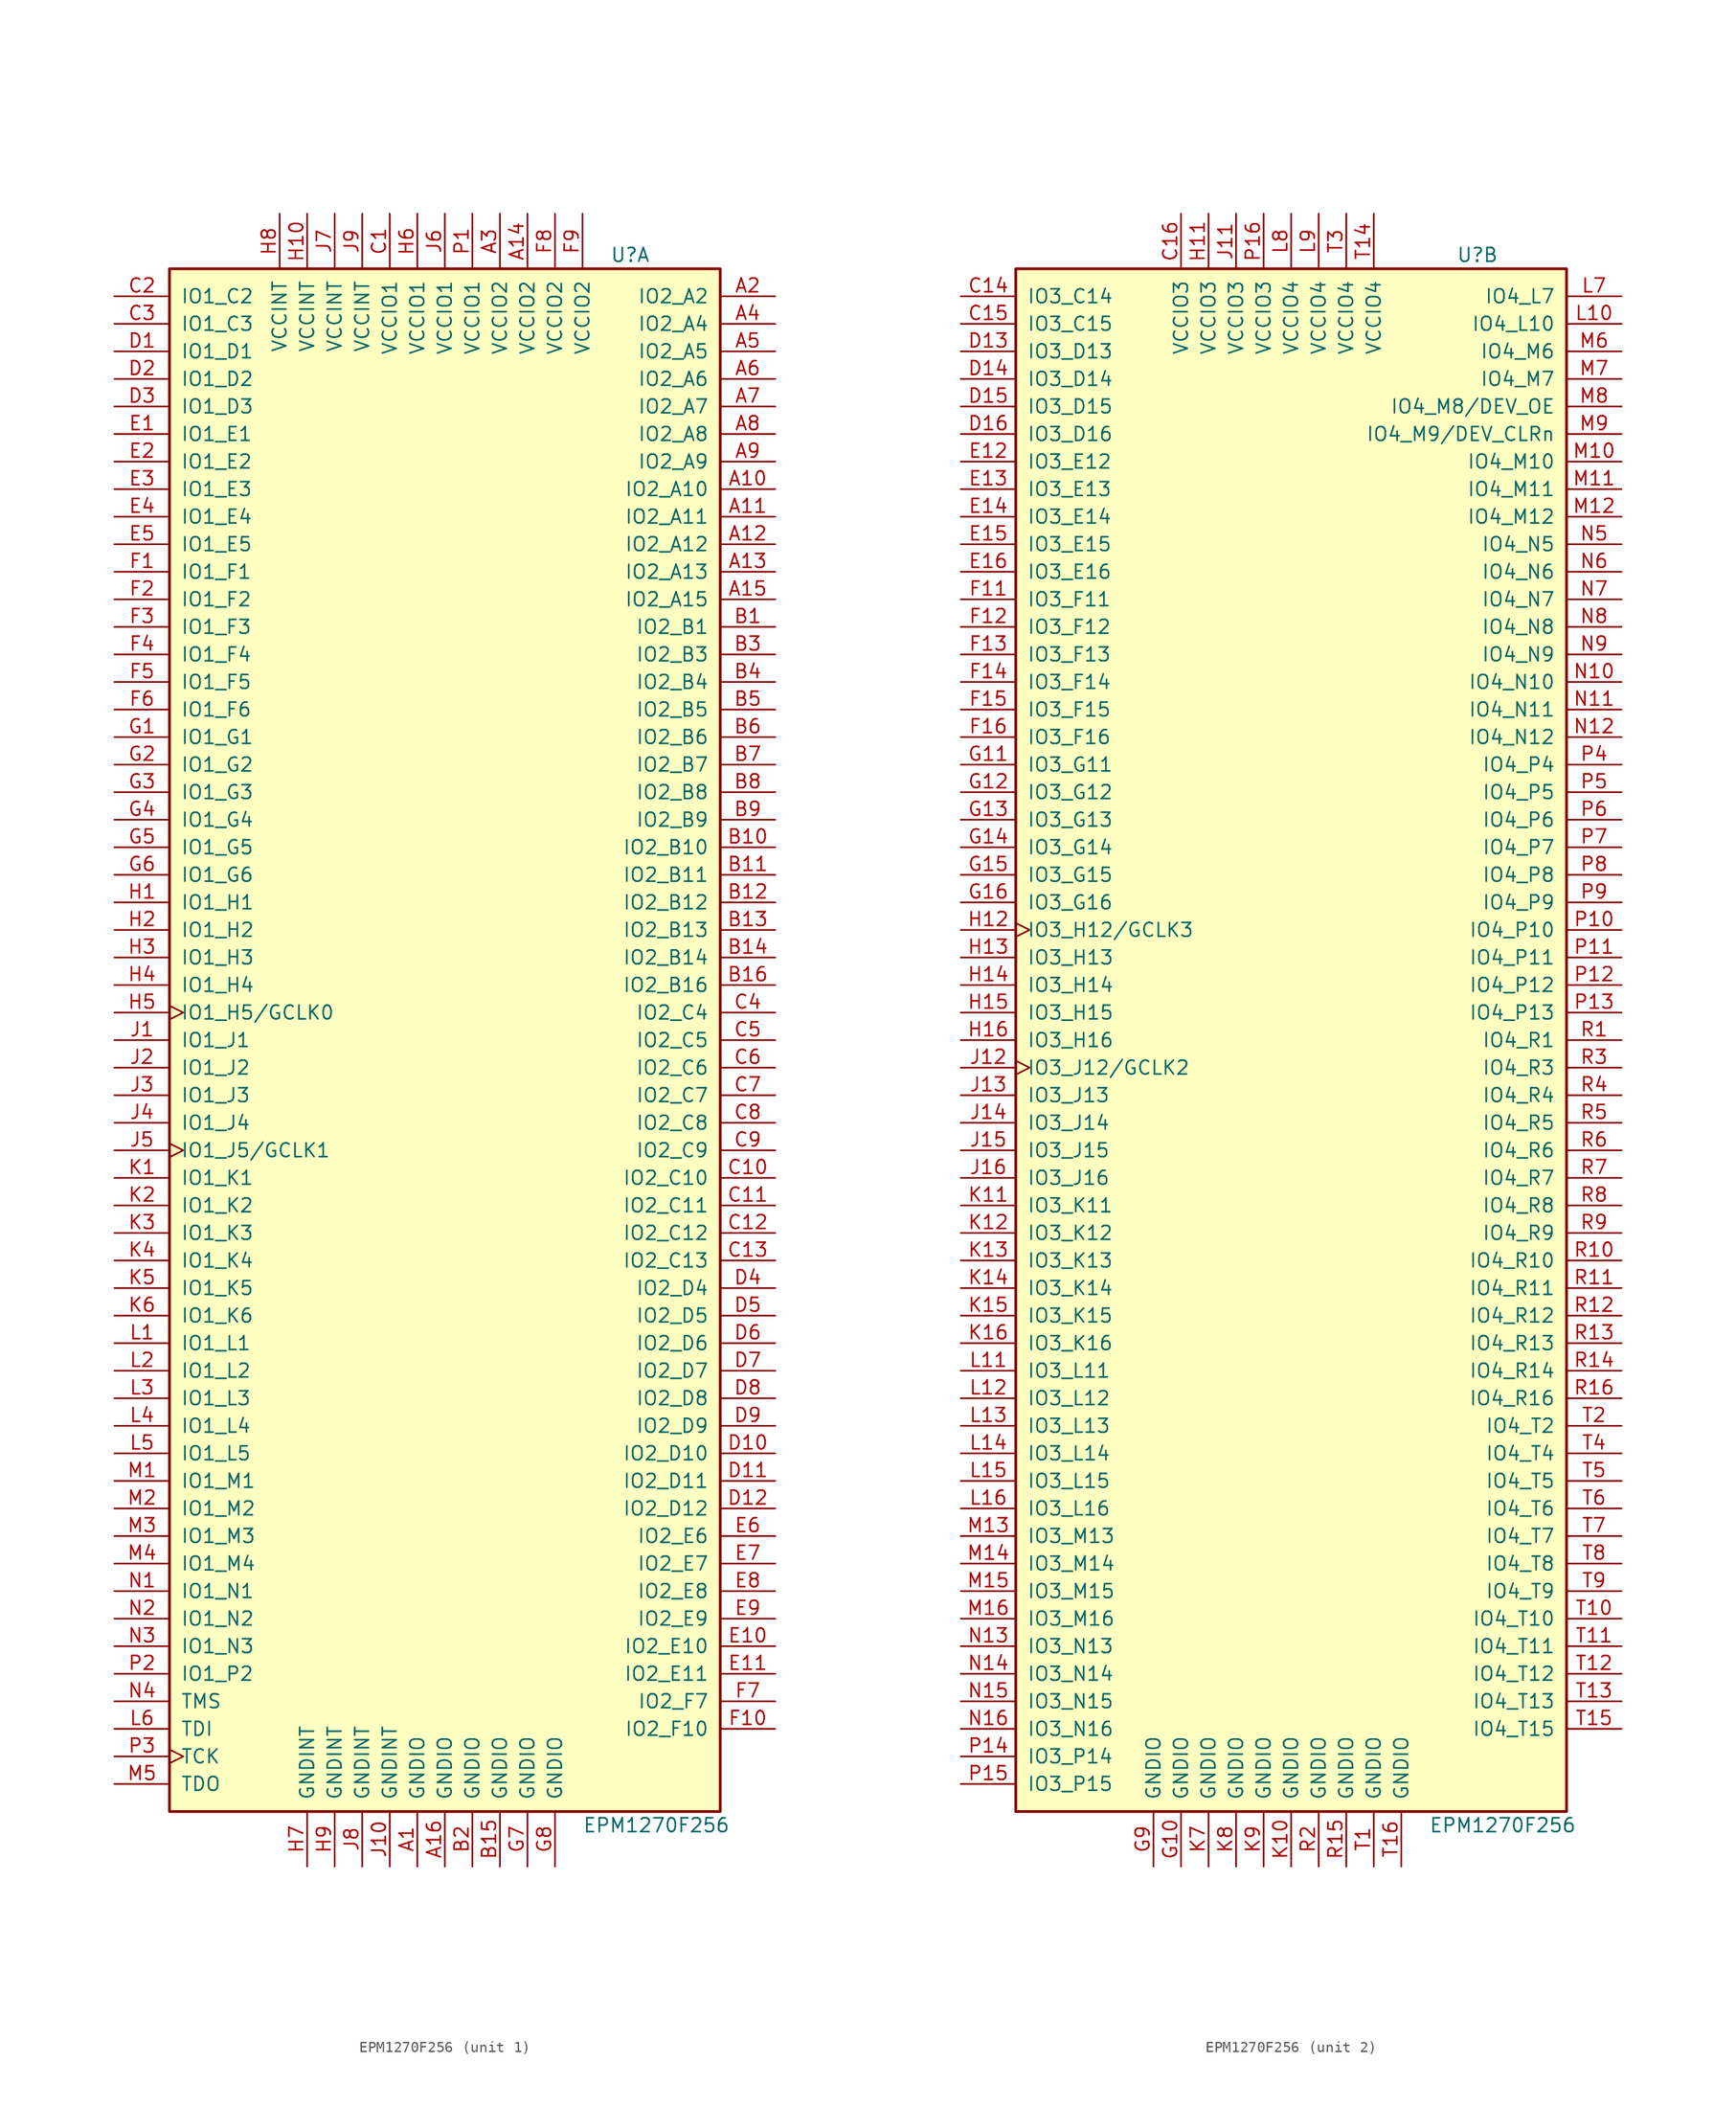
<source format=kicad_sym>
(kicad_symbol_lib
  (version 20211014)
  (generator kicad_symbol_editor)
  (symbol "EPM1270F256"
    (pin_names
      (offset 1.016))
    (property "Reference" "U"
      (at 15.24 72.39 0)
      (effects (font (size 1.27 1.27)) (justify left)))
    (property "Value" "EPM1270F256"
      (at 12.7 -72.39 0)
      (effects (font (size 1.27 1.27)) (justify left)))
    (property "ki_locked" ""
      (at 0 0 0)
      (effects (font (size 1.27 1.27))))
    (symbol "EPM1270F256_1_1"
      (rectangle (start -25.4 71.12) (end 25.4 -71.12) (stroke (width 0.254) (type default) (color 0 0 0 0)) (fill (type background)))
      (pin power_in line (at -2.54 -76.2 90) (length 5.08) (name "GNDIO" (effects (font (size 1.27 1.27)))) (number "A1" (effects (font (size 1.27 1.27)))))
      (pin bidirectional line (at 30.48 50.8 180) (length 5.08) (name "IO2_A10" (effects (font (size 1.27 1.27)))) (number "A10" (effects (font (size 1.27 1.27)))))
      (pin bidirectional line (at 30.48 48.26 180) (length 5.08) (name "IO2_A11" (effects (font (size 1.27 1.27)))) (number "A11" (effects (font (size 1.27 1.27)))))
      (pin bidirectional line (at 30.48 45.72 180) (length 5.08) (name "IO2_A12" (effects (font (size 1.27 1.27)))) (number "A12" (effects (font (size 1.27 1.27)))))
      (pin bidirectional line (at 30.48 43.18 180) (length 5.08) (name "IO2_A13" (effects (font (size 1.27 1.27)))) (number "A13" (effects (font (size 1.27 1.27)))))
      (pin power_in line (at 7.62 76.2 270) (length 5.08) (name "VCCIO2" (effects (font (size 1.27 1.27)))) (number "A14" (effects (font (size 1.27 1.27)))))
      (pin bidirectional line (at 30.48 40.64 180) (length 5.08) (name "IO2_A15" (effects (font (size 1.27 1.27)))) (number "A15" (effects (font (size 1.27 1.27)))))
      (pin power_in line (at 0 -76.2 90) (length 5.08) (name "GNDIO" (effects (font (size 1.27 1.27)))) (number "A16" (effects (font (size 1.27 1.27)))))
      (pin bidirectional line (at 30.48 68.58 180) (length 5.08) (name "IO2_A2" (effects (font (size 1.27 1.27)))) (number "A2" (effects (font (size 1.27 1.27)))))
      (pin power_in line (at 5.08 76.2 270) (length 5.08) (name "VCCIO2" (effects (font (size 1.27 1.27)))) (number "A3" (effects (font (size 1.27 1.27)))))
      (pin bidirectional line (at 30.48 66.04 180) (length 5.08) (name "IO2_A4" (effects (font (size 1.27 1.27)))) (number "A4" (effects (font (size 1.27 1.27)))))
      (pin bidirectional line (at 30.48 63.5 180) (length 5.08) (name "IO2_A5" (effects (font (size 1.27 1.27)))) (number "A5" (effects (font (size 1.27 1.27)))))
      (pin bidirectional line (at 30.48 60.96 180) (length 5.08) (name "IO2_A6" (effects (font (size 1.27 1.27)))) (number "A6" (effects (font (size 1.27 1.27)))))
      (pin bidirectional line (at 30.48 58.42 180) (length 5.08) (name "IO2_A7" (effects (font (size 1.27 1.27)))) (number "A7" (effects (font (size 1.27 1.27)))))
      (pin bidirectional line (at 30.48 55.88 180) (length 5.08) (name "IO2_A8" (effects (font (size 1.27 1.27)))) (number "A8" (effects (font (size 1.27 1.27)))))
      (pin bidirectional line (at 30.48 53.34 180) (length 5.08) (name "IO2_A9" (effects (font (size 1.27 1.27)))) (number "A9" (effects (font (size 1.27 1.27)))))
      (pin bidirectional line (at 30.48 38.1 180) (length 5.08) (name "IO2_B1" (effects (font (size 1.27 1.27)))) (number "B1" (effects (font (size 1.27 1.27)))))
      (pin bidirectional line (at 30.48 17.78 180) (length 5.08) (name "IO2_B10" (effects (font (size 1.27 1.27)))) (number "B10" (effects (font (size 1.27 1.27)))))
      (pin bidirectional line (at 30.48 15.24 180) (length 5.08) (name "IO2_B11" (effects (font (size 1.27 1.27)))) (number "B11" (effects (font (size 1.27 1.27)))))
      (pin bidirectional line (at 30.48 12.7 180) (length 5.08) (name "IO2_B12" (effects (font (size 1.27 1.27)))) (number "B12" (effects (font (size 1.27 1.27)))))
      (pin bidirectional line (at 30.48 10.16 180) (length 5.08) (name "IO2_B13" (effects (font (size 1.27 1.27)))) (number "B13" (effects (font (size 1.27 1.27)))))
      (pin bidirectional line (at 30.48 7.62 180) (length 5.08) (name "IO2_B14" (effects (font (size 1.27 1.27)))) (number "B14" (effects (font (size 1.27 1.27)))))
      (pin power_in line (at 5.08 -76.2 90) (length 5.08) (name "GNDIO" (effects (font (size 1.27 1.27)))) (number "B15" (effects (font (size 1.27 1.27)))))
      (pin bidirectional line (at 30.48 5.08 180) (length 5.08) (name "IO2_B16" (effects (font (size 1.27 1.27)))) (number "B16" (effects (font (size 1.27 1.27)))))
      (pin power_in line (at 2.54 -76.2 90) (length 5.08) (name "GNDIO" (effects (font (size 1.27 1.27)))) (number "B2" (effects (font (size 1.27 1.27)))))
      (pin bidirectional line (at 30.48 35.56 180) (length 5.08) (name "IO2_B3" (effects (font (size 1.27 1.27)))) (number "B3" (effects (font (size 1.27 1.27)))))
      (pin bidirectional line (at 30.48 33.02 180) (length 5.08) (name "IO2_B4" (effects (font (size 1.27 1.27)))) (number "B4" (effects (font (size 1.27 1.27)))))
      (pin bidirectional line (at 30.48 30.48 180) (length 5.08) (name "IO2_B5" (effects (font (size 1.27 1.27)))) (number "B5" (effects (font (size 1.27 1.27)))))
      (pin bidirectional line (at 30.48 27.94 180) (length 5.08) (name "IO2_B6" (effects (font (size 1.27 1.27)))) (number "B6" (effects (font (size 1.27 1.27)))))
      (pin bidirectional line (at 30.48 25.4 180) (length 5.08) (name "IO2_B7" (effects (font (size 1.27 1.27)))) (number "B7" (effects (font (size 1.27 1.27)))))
      (pin bidirectional line (at 30.48 22.86 180) (length 5.08) (name "IO2_B8" (effects (font (size 1.27 1.27)))) (number "B8" (effects (font (size 1.27 1.27)))))
      (pin bidirectional line (at 30.48 20.32 180) (length 5.08) (name "IO2_B9" (effects (font (size 1.27 1.27)))) (number "B9" (effects (font (size 1.27 1.27)))))
      (pin power_in line (at -5.08 76.2 270) (length 5.08) (name "VCCIO1" (effects (font (size 1.27 1.27)))) (number "C1" (effects (font (size 1.27 1.27)))))
      (pin bidirectional line (at 30.48 -12.7 180) (length 5.08) (name "IO2_C10" (effects (font (size 1.27 1.27)))) (number "C10" (effects (font (size 1.27 1.27)))))
      (pin bidirectional line (at 30.48 -15.24 180) (length 5.08) (name "IO2_C11" (effects (font (size 1.27 1.27)))) (number "C11" (effects (font (size 1.27 1.27)))))
      (pin bidirectional line (at 30.48 -17.78 180) (length 5.08) (name "IO2_C12" (effects (font (size 1.27 1.27)))) (number "C12" (effects (font (size 1.27 1.27)))))
      (pin bidirectional line (at 30.48 -20.32 180) (length 5.08) (name "IO2_C13" (effects (font (size 1.27 1.27)))) (number "C13" (effects (font (size 1.27 1.27)))))
      (pin bidirectional line (at -30.48 68.58 0) (length 5.08) (name "IO1_C2" (effects (font (size 1.27 1.27)))) (number "C2" (effects (font (size 1.27 1.27)))))
      (pin bidirectional line (at -30.48 66.04 0) (length 5.08) (name "IO1_C3" (effects (font (size 1.27 1.27)))) (number "C3" (effects (font (size 1.27 1.27)))))
      (pin bidirectional line (at 30.48 2.54 180) (length 5.08) (name "IO2_C4" (effects (font (size 1.27 1.27)))) (number "C4" (effects (font (size 1.27 1.27)))))
      (pin bidirectional line (at 30.48 0 180) (length 5.08) (name "IO2_C5" (effects (font (size 1.27 1.27)))) (number "C5" (effects (font (size 1.27 1.27)))))
      (pin bidirectional line (at 30.48 -2.54 180) (length 5.08) (name "IO2_C6" (effects (font (size 1.27 1.27)))) (number "C6" (effects (font (size 1.27 1.27)))))
      (pin bidirectional line (at 30.48 -5.08 180) (length 5.08) (name "IO2_C7" (effects (font (size 1.27 1.27)))) (number "C7" (effects (font (size 1.27 1.27)))))
      (pin bidirectional line (at 30.48 -7.62 180) (length 5.08) (name "IO2_C8" (effects (font (size 1.27 1.27)))) (number "C8" (effects (font (size 1.27 1.27)))))
      (pin bidirectional line (at 30.48 -10.16 180) (length 5.08) (name "IO2_C9" (effects (font (size 1.27 1.27)))) (number "C9" (effects (font (size 1.27 1.27)))))
      (pin bidirectional line (at -30.48 63.5 0) (length 5.08) (name "IO1_D1" (effects (font (size 1.27 1.27)))) (number "D1" (effects (font (size 1.27 1.27)))))
      (pin bidirectional line (at 30.48 -38.1 180) (length 5.08) (name "IO2_D10" (effects (font (size 1.27 1.27)))) (number "D10" (effects (font (size 1.27 1.27)))))
      (pin bidirectional line (at 30.48 -40.64 180) (length 5.08) (name "IO2_D11" (effects (font (size 1.27 1.27)))) (number "D11" (effects (font (size 1.27 1.27)))))
      (pin bidirectional line (at 30.48 -43.18 180) (length 5.08) (name "IO2_D12" (effects (font (size 1.27 1.27)))) (number "D12" (effects (font (size 1.27 1.27)))))
      (pin bidirectional line (at -30.48 60.96 0) (length 5.08) (name "IO1_D2" (effects (font (size 1.27 1.27)))) (number "D2" (effects (font (size 1.27 1.27)))))
      (pin bidirectional line (at -30.48 58.42 0) (length 5.08) (name "IO1_D3" (effects (font (size 1.27 1.27)))) (number "D3" (effects (font (size 1.27 1.27)))))
      (pin bidirectional line (at 30.48 -22.86 180) (length 5.08) (name "IO2_D4" (effects (font (size 1.27 1.27)))) (number "D4" (effects (font (size 1.27 1.27)))))
      (pin bidirectional line (at 30.48 -25.4 180) (length 5.08) (name "IO2_D5" (effects (font (size 1.27 1.27)))) (number "D5" (effects (font (size 1.27 1.27)))))
      (pin bidirectional line (at 30.48 -27.94 180) (length 5.08) (name "IO2_D6" (effects (font (size 1.27 1.27)))) (number "D6" (effects (font (size 1.27 1.27)))))
      (pin bidirectional line (at 30.48 -30.48 180) (length 5.08) (name "IO2_D7" (effects (font (size 1.27 1.27)))) (number "D7" (effects (font (size 1.27 1.27)))))
      (pin bidirectional line (at 30.48 -33.02 180) (length 5.08) (name "IO2_D8" (effects (font (size 1.27 1.27)))) (number "D8" (effects (font (size 1.27 1.27)))))
      (pin bidirectional line (at 30.48 -35.56 180) (length 5.08) (name "IO2_D9" (effects (font (size 1.27 1.27)))) (number "D9" (effects (font (size 1.27 1.27)))))
      (pin bidirectional line (at -30.48 55.88 0) (length 5.08) (name "IO1_E1" (effects (font (size 1.27 1.27)))) (number "E1" (effects (font (size 1.27 1.27)))))
      (pin bidirectional line (at 30.48 -55.88 180) (length 5.08) (name "IO2_E10" (effects (font (size 1.27 1.27)))) (number "E10" (effects (font (size 1.27 1.27)))))
      (pin bidirectional line (at 30.48 -58.42 180) (length 5.08) (name "IO2_E11" (effects (font (size 1.27 1.27)))) (number "E11" (effects (font (size 1.27 1.27)))))
      (pin bidirectional line (at -30.48 53.34 0) (length 5.08) (name "IO1_E2" (effects (font (size 1.27 1.27)))) (number "E2" (effects (font (size 1.27 1.27)))))
      (pin bidirectional line (at -30.48 50.8 0) (length 5.08) (name "IO1_E3" (effects (font (size 1.27 1.27)))) (number "E3" (effects (font (size 1.27 1.27)))))
      (pin bidirectional line (at -30.48 48.26 0) (length 5.08) (name "IO1_E4" (effects (font (size 1.27 1.27)))) (number "E4" (effects (font (size 1.27 1.27)))))
      (pin bidirectional line (at -30.48 45.72 0) (length 5.08) (name "IO1_E5" (effects (font (size 1.27 1.27)))) (number "E5" (effects (font (size 1.27 1.27)))))
      (pin bidirectional line (at 30.48 -45.72 180) (length 5.08) (name "IO2_E6" (effects (font (size 1.27 1.27)))) (number "E6" (effects (font (size 1.27 1.27)))))
      (pin bidirectional line (at 30.48 -48.26 180) (length 5.08) (name "IO2_E7" (effects (font (size 1.27 1.27)))) (number "E7" (effects (font (size 1.27 1.27)))))
      (pin bidirectional line (at 30.48 -50.8 180) (length 5.08) (name "IO2_E8" (effects (font (size 1.27 1.27)))) (number "E8" (effects (font (size 1.27 1.27)))))
      (pin bidirectional line (at 30.48 -53.34 180) (length 5.08) (name "IO2_E9" (effects (font (size 1.27 1.27)))) (number "E9" (effects (font (size 1.27 1.27)))))
      (pin bidirectional line (at -30.48 43.18 0) (length 5.08) (name "IO1_F1" (effects (font (size 1.27 1.27)))) (number "F1" (effects (font (size 1.27 1.27)))))
      (pin bidirectional line (at 30.48 -63.5 180) (length 5.08) (name "IO2_F10" (effects (font (size 1.27 1.27)))) (number "F10" (effects (font (size 1.27 1.27)))))
      (pin bidirectional line (at -30.48 40.64 0) (length 5.08) (name "IO1_F2" (effects (font (size 1.27 1.27)))) (number "F2" (effects (font (size 1.27 1.27)))))
      (pin bidirectional line (at -30.48 38.1 0) (length 5.08) (name "IO1_F3" (effects (font (size 1.27 1.27)))) (number "F3" (effects (font (size 1.27 1.27)))))
      (pin bidirectional line (at -30.48 35.56 0) (length 5.08) (name "IO1_F4" (effects (font (size 1.27 1.27)))) (number "F4" (effects (font (size 1.27 1.27)))))
      (pin bidirectional line (at -30.48 33.02 0) (length 5.08) (name "IO1_F5" (effects (font (size 1.27 1.27)))) (number "F5" (effects (font (size 1.27 1.27)))))
      (pin bidirectional line (at -30.48 30.48 0) (length 5.08) (name "IO1_F6" (effects (font (size 1.27 1.27)))) (number "F6" (effects (font (size 1.27 1.27)))))
      (pin bidirectional line (at 30.48 -60.96 180) (length 5.08) (name "IO2_F7" (effects (font (size 1.27 1.27)))) (number "F7" (effects (font (size 1.27 1.27)))))
      (pin power_in line (at 10.16 76.2 270) (length 5.08) (name "VCCIO2" (effects (font (size 1.27 1.27)))) (number "F8" (effects (font (size 1.27 1.27)))))
      (pin power_in line (at 12.7 76.2 270) (length 5.08) (name "VCCIO2" (effects (font (size 1.27 1.27)))) (number "F9" (effects (font (size 1.27 1.27)))))
      (pin bidirectional line (at -30.48 27.94 0) (length 5.08) (name "IO1_G1" (effects (font (size 1.27 1.27)))) (number "G1" (effects (font (size 1.27 1.27)))))
      (pin bidirectional line (at -30.48 25.4 0) (length 5.08) (name "IO1_G2" (effects (font (size 1.27 1.27)))) (number "G2" (effects (font (size 1.27 1.27)))))
      (pin bidirectional line (at -30.48 22.86 0) (length 5.08) (name "IO1_G3" (effects (font (size 1.27 1.27)))) (number "G3" (effects (font (size 1.27 1.27)))))
      (pin bidirectional line (at -30.48 20.32 0) (length 5.08) (name "IO1_G4" (effects (font (size 1.27 1.27)))) (number "G4" (effects (font (size 1.27 1.27)))))
      (pin bidirectional line (at -30.48 17.78 0) (length 5.08) (name "IO1_G5" (effects (font (size 1.27 1.27)))) (number "G5" (effects (font (size 1.27 1.27)))))
      (pin bidirectional line (at -30.48 15.24 0) (length 5.08) (name "IO1_G6" (effects (font (size 1.27 1.27)))) (number "G6" (effects (font (size 1.27 1.27)))))
      (pin power_in line (at 7.62 -76.2 90) (length 5.08) (name "GNDIO" (effects (font (size 1.27 1.27)))) (number "G7" (effects (font (size 1.27 1.27)))))
      (pin power_in line (at 10.16 -76.2 90) (length 5.08) (name "GNDIO" (effects (font (size 1.27 1.27)))) (number "G8" (effects (font (size 1.27 1.27)))))
      (pin bidirectional line (at -30.48 12.7 0) (length 5.08) (name "IO1_H1" (effects (font (size 1.27 1.27)))) (number "H1" (effects (font (size 1.27 1.27)))))
      (pin power_in line (at -12.7 76.2 270) (length 5.08) (name "VCCINT" (effects (font (size 1.27 1.27)))) (number "H10" (effects (font (size 1.27 1.27)))))
      (pin bidirectional line (at -30.48 10.16 0) (length 5.08) (name "IO1_H2" (effects (font (size 1.27 1.27)))) (number "H2" (effects (font (size 1.27 1.27)))))
      (pin bidirectional line (at -30.48 7.62 0) (length 5.08) (name "IO1_H3" (effects (font (size 1.27 1.27)))) (number "H3" (effects (font (size 1.27 1.27)))))
      (pin bidirectional line (at -30.48 5.08 0) (length 5.08) (name "IO1_H4" (effects (font (size 1.27 1.27)))) (number "H4" (effects (font (size 1.27 1.27)))))
      (pin bidirectional clock (at -30.48 2.54 0) (length 5.08) (name "IO1_H5/GCLK0" (effects (font (size 1.27 1.27)))) (number "H5" (effects (font (size 1.27 1.27)))))
      (pin power_in line (at -2.54 76.2 270) (length 5.08) (name "VCCIO1" (effects (font (size 1.27 1.27)))) (number "H6" (effects (font (size 1.27 1.27)))))
      (pin power_in line (at -12.7 -76.2 90) (length 5.08) (name "GNDINT" (effects (font (size 1.27 1.27)))) (number "H7" (effects (font (size 1.27 1.27)))))
      (pin power_in line (at -15.24 76.2 270) (length 5.08) (name "VCCINT" (effects (font (size 1.27 1.27)))) (number "H8" (effects (font (size 1.27 1.27)))))
      (pin power_in line (at -10.16 -76.2 90) (length 5.08) (name "GNDINT" (effects (font (size 1.27 1.27)))) (number "H9" (effects (font (size 1.27 1.27)))))
      (pin bidirectional line (at -30.48 0 0) (length 5.08) (name "IO1_J1" (effects (font (size 1.27 1.27)))) (number "J1" (effects (font (size 1.27 1.27)))))
      (pin power_in line (at -5.08 -76.2 90) (length 5.08) (name "GNDINT" (effects (font (size 1.27 1.27)))) (number "J10" (effects (font (size 1.27 1.27)))))
      (pin bidirectional line (at -30.48 -2.54 0) (length 5.08) (name "IO1_J2" (effects (font (size 1.27 1.27)))) (number "J2" (effects (font (size 1.27 1.27)))))
      (pin bidirectional line (at -30.48 -5.08 0) (length 5.08) (name "IO1_J3" (effects (font (size 1.27 1.27)))) (number "J3" (effects (font (size 1.27 1.27)))))
      (pin bidirectional line (at -30.48 -7.62 0) (length 5.08) (name "IO1_J4" (effects (font (size 1.27 1.27)))) (number "J4" (effects (font (size 1.27 1.27)))))
      (pin bidirectional clock (at -30.48 -10.16 0) (length 5.08) (name "IO1_J5/GCLK1" (effects (font (size 1.27 1.27)))) (number "J5" (effects (font (size 1.27 1.27)))))
      (pin power_in line (at 0 76.2 270) (length 5.08) (name "VCCIO1" (effects (font (size 1.27 1.27)))) (number "J6" (effects (font (size 1.27 1.27)))))
      (pin power_in line (at -10.16 76.2 270) (length 5.08) (name "VCCINT" (effects (font (size 1.27 1.27)))) (number "J7" (effects (font (size 1.27 1.27)))))
      (pin power_in line (at -7.62 -76.2 90) (length 5.08) (name "GNDINT" (effects (font (size 1.27 1.27)))) (number "J8" (effects (font (size 1.27 1.27)))))
      (pin power_in line (at -7.62 76.2 270) (length 5.08) (name "VCCINT" (effects (font (size 1.27 1.27)))) (number "J9" (effects (font (size 1.27 1.27)))))
      (pin bidirectional line (at -30.48 -12.7 0) (length 5.08) (name "IO1_K1" (effects (font (size 1.27 1.27)))) (number "K1" (effects (font (size 1.27 1.27)))))
      (pin bidirectional line (at -30.48 -15.24 0) (length 5.08) (name "IO1_K2" (effects (font (size 1.27 1.27)))) (number "K2" (effects (font (size 1.27 1.27)))))
      (pin bidirectional line (at -30.48 -17.78 0) (length 5.08) (name "IO1_K3" (effects (font (size 1.27 1.27)))) (number "K3" (effects (font (size 1.27 1.27)))))
      (pin bidirectional line (at -30.48 -20.32 0) (length 5.08) (name "IO1_K4" (effects (font (size 1.27 1.27)))) (number "K4" (effects (font (size 1.27 1.27)))))
      (pin bidirectional line (at -30.48 -22.86 0) (length 5.08) (name "IO1_K5" (effects (font (size 1.27 1.27)))) (number "K5" (effects (font (size 1.27 1.27)))))
      (pin bidirectional line (at -30.48 -25.4 0) (length 5.08) (name "IO1_K6" (effects (font (size 1.27 1.27)))) (number "K6" (effects (font (size 1.27 1.27)))))
      (pin bidirectional line (at -30.48 -27.94 0) (length 5.08) (name "IO1_L1" (effects (font (size 1.27 1.27)))) (number "L1" (effects (font (size 1.27 1.27)))))
      (pin bidirectional line (at -30.48 -30.48 0) (length 5.08) (name "IO1_L2" (effects (font (size 1.27 1.27)))) (number "L2" (effects (font (size 1.27 1.27)))))
      (pin bidirectional line (at -30.48 -33.02 0) (length 5.08) (name "IO1_L3" (effects (font (size 1.27 1.27)))) (number "L3" (effects (font (size 1.27 1.27)))))
      (pin bidirectional line (at -30.48 -35.56 0) (length 5.08) (name "IO1_L4" (effects (font (size 1.27 1.27)))) (number "L4" (effects (font (size 1.27 1.27)))))
      (pin bidirectional line (at -30.48 -38.1 0) (length 5.08) (name "IO1_L5" (effects (font (size 1.27 1.27)))) (number "L5" (effects (font (size 1.27 1.27)))))
      (pin input line (at -30.48 -63.5 0) (length 5.08) (name "TDI" (effects (font (size 1.27 1.27)))) (number "L6" (effects (font (size 1.27 1.27)))))
      (pin bidirectional line (at -30.48 -40.64 0) (length 5.08) (name "IO1_M1" (effects (font (size 1.27 1.27)))) (number "M1" (effects (font (size 1.27 1.27)))))
      (pin bidirectional line (at -30.48 -43.18 0) (length 5.08) (name "IO1_M2" (effects (font (size 1.27 1.27)))) (number "M2" (effects (font (size 1.27 1.27)))))
      (pin bidirectional line (at -30.48 -45.72 0) (length 5.08) (name "IO1_M3" (effects (font (size 1.27 1.27)))) (number "M3" (effects (font (size 1.27 1.27)))))
      (pin bidirectional line (at -30.48 -48.26 0) (length 5.08) (name "IO1_M4" (effects (font (size 1.27 1.27)))) (number "M4" (effects (font (size 1.27 1.27)))))
      (pin output line (at -30.48 -68.58 0) (length 5.08) (name "TDO" (effects (font (size 1.27 1.27)))) (number "M5" (effects (font (size 1.27 1.27)))))
      (pin bidirectional line (at -30.48 -50.8 0) (length 5.08) (name "IO1_N1" (effects (font (size 1.27 1.27)))) (number "N1" (effects (font (size 1.27 1.27)))))
      (pin bidirectional line (at -30.48 -53.34 0) (length 5.08) (name "IO1_N2" (effects (font (size 1.27 1.27)))) (number "N2" (effects (font (size 1.27 1.27)))))
      (pin bidirectional line (at -30.48 -55.88 0) (length 5.08) (name "IO1_N3" (effects (font (size 1.27 1.27)))) (number "N3" (effects (font (size 1.27 1.27)))))
      (pin input line (at -30.48 -60.96 0) (length 5.08) (name "TMS" (effects (font (size 1.27 1.27)))) (number "N4" (effects (font (size 1.27 1.27)))))
      (pin power_in line (at 2.54 76.2 270) (length 5.08) (name "VCCIO1" (effects (font (size 1.27 1.27)))) (number "P1" (effects (font (size 1.27 1.27)))))
      (pin bidirectional line (at -30.48 -58.42 0) (length 5.08) (name "IO1_P2" (effects (font (size 1.27 1.27)))) (number "P2" (effects (font (size 1.27 1.27)))))
      (pin input clock (at -30.48 -66.04 0) (length 5.08) (name "TCK" (effects (font (size 1.27 1.27)))) (number "P3" (effects (font (size 1.27 1.27))))))
    (symbol "EPM1270F256_2_1"
      (rectangle (start -25.4 71.12) (end 25.4 -71.12) (stroke (width 0.254) (type default) (color 0 0 0 0)) (fill (type background)))
      (pin bidirectional line (at -30.48 68.58 0) (length 5.08) (name "IO3_C14" (effects (font (size 1.27 1.27)))) (number "C14" (effects (font (size 1.27 1.27)))))
      (pin bidirectional line (at -30.48 66.04 0) (length 5.08) (name "IO3_C15" (effects (font (size 1.27 1.27)))) (number "C15" (effects (font (size 1.27 1.27)))))
      (pin power_in line (at -10.16 76.2 270) (length 5.08) (name "VCCIO3" (effects (font (size 1.27 1.27)))) (number "C16" (effects (font (size 1.27 1.27)))))
      (pin bidirectional line (at -30.48 63.5 0) (length 5.08) (name "IO3_D13" (effects (font (size 1.27 1.27)))) (number "D13" (effects (font (size 1.27 1.27)))))
      (pin bidirectional line (at -30.48 60.96 0) (length 5.08) (name "IO3_D14" (effects (font (size 1.27 1.27)))) (number "D14" (effects (font (size 1.27 1.27)))))
      (pin bidirectional line (at -30.48 58.42 0) (length 5.08) (name "IO3_D15" (effects (font (size 1.27 1.27)))) (number "D15" (effects (font (size 1.27 1.27)))))
      (pin bidirectional line (at -30.48 55.88 0) (length 5.08) (name "IO3_D16" (effects (font (size 1.27 1.27)))) (number "D16" (effects (font (size 1.27 1.27)))))
      (pin bidirectional line (at -30.48 53.34 0) (length 5.08) (name "IO3_E12" (effects (font (size 1.27 1.27)))) (number "E12" (effects (font (size 1.27 1.27)))))
      (pin bidirectional line (at -30.48 50.8 0) (length 5.08) (name "IO3_E13" (effects (font (size 1.27 1.27)))) (number "E13" (effects (font (size 1.27 1.27)))))
      (pin bidirectional line (at -30.48 48.26 0) (length 5.08) (name "IO3_E14" (effects (font (size 1.27 1.27)))) (number "E14" (effects (font (size 1.27 1.27)))))
      (pin bidirectional line (at -30.48 45.72 0) (length 5.08) (name "IO3_E15" (effects (font (size 1.27 1.27)))) (number "E15" (effects (font (size 1.27 1.27)))))
      (pin bidirectional line (at -30.48 43.18 0) (length 5.08) (name "IO3_E16" (effects (font (size 1.27 1.27)))) (number "E16" (effects (font (size 1.27 1.27)))))
      (pin bidirectional line (at -30.48 40.64 0) (length 5.08) (name "IO3_F11" (effects (font (size 1.27 1.27)))) (number "F11" (effects (font (size 1.27 1.27)))))
      (pin bidirectional line (at -30.48 38.1 0) (length 5.08) (name "IO3_F12" (effects (font (size 1.27 1.27)))) (number "F12" (effects (font (size 1.27 1.27)))))
      (pin bidirectional line (at -30.48 35.56 0) (length 5.08) (name "IO3_F13" (effects (font (size 1.27 1.27)))) (number "F13" (effects (font (size 1.27 1.27)))))
      (pin bidirectional line (at -30.48 33.02 0) (length 5.08) (name "IO3_F14" (effects (font (size 1.27 1.27)))) (number "F14" (effects (font (size 1.27 1.27)))))
      (pin bidirectional line (at -30.48 30.48 0) (length 5.08) (name "IO3_F15" (effects (font (size 1.27 1.27)))) (number "F15" (effects (font (size 1.27 1.27)))))
      (pin bidirectional line (at -30.48 27.94 0) (length 5.08) (name "IO3_F16" (effects (font (size 1.27 1.27)))) (number "F16" (effects (font (size 1.27 1.27)))))
      (pin power_in line (at -10.16 -76.2 90) (length 5.08) (name "GNDIO" (effects (font (size 1.27 1.27)))) (number "G10" (effects (font (size 1.27 1.27)))))
      (pin bidirectional line (at -30.48 25.4 0) (length 5.08) (name "IO3_G11" (effects (font (size 1.27 1.27)))) (number "G11" (effects (font (size 1.27 1.27)))))
      (pin bidirectional line (at -30.48 22.86 0) (length 5.08) (name "IO3_G12" (effects (font (size 1.27 1.27)))) (number "G12" (effects (font (size 1.27 1.27)))))
      (pin bidirectional line (at -30.48 20.32 0) (length 5.08) (name "IO3_G13" (effects (font (size 1.27 1.27)))) (number "G13" (effects (font (size 1.27 1.27)))))
      (pin bidirectional line (at -30.48 17.78 0) (length 5.08) (name "IO3_G14" (effects (font (size 1.27 1.27)))) (number "G14" (effects (font (size 1.27 1.27)))))
      (pin bidirectional line (at -30.48 15.24 0) (length 5.08) (name "IO3_G15" (effects (font (size 1.27 1.27)))) (number "G15" (effects (font (size 1.27 1.27)))))
      (pin bidirectional line (at -30.48 12.7 0) (length 5.08) (name "IO3_G16" (effects (font (size 1.27 1.27)))) (number "G16" (effects (font (size 1.27 1.27)))))
      (pin power_in line (at -12.7 -76.2 90) (length 5.08) (name "GNDIO" (effects (font (size 1.27 1.27)))) (number "G9" (effects (font (size 1.27 1.27)))))
      (pin power_in line (at -7.62 76.2 270) (length 5.08) (name "VCCIO3" (effects (font (size 1.27 1.27)))) (number "H11" (effects (font (size 1.27 1.27)))))
      (pin bidirectional clock (at -30.48 10.16 0) (length 5.08) (name "IO3_H12/GCLK3" (effects (font (size 1.27 1.27)))) (number "H12" (effects (font (size 1.27 1.27)))))
      (pin bidirectional line (at -30.48 7.62 0) (length 5.08) (name "IO3_H13" (effects (font (size 1.27 1.27)))) (number "H13" (effects (font (size 1.27 1.27)))))
      (pin bidirectional line (at -30.48 5.08 0) (length 5.08) (name "IO3_H14" (effects (font (size 1.27 1.27)))) (number "H14" (effects (font (size 1.27 1.27)))))
      (pin bidirectional line (at -30.48 2.54 0) (length 5.08) (name "IO3_H15" (effects (font (size 1.27 1.27)))) (number "H15" (effects (font (size 1.27 1.27)))))
      (pin bidirectional line (at -30.48 0 0) (length 5.08) (name "IO3_H16" (effects (font (size 1.27 1.27)))) (number "H16" (effects (font (size 1.27 1.27)))))
      (pin power_in line (at -5.08 76.2 270) (length 5.08) (name "VCCIO3" (effects (font (size 1.27 1.27)))) (number "J11" (effects (font (size 1.27 1.27)))))
      (pin bidirectional clock (at -30.48 -2.54 0) (length 5.08) (name "IO3_J12/GCLK2" (effects (font (size 1.27 1.27)))) (number "J12" (effects (font (size 1.27 1.27)))))
      (pin bidirectional line (at -30.48 -5.08 0) (length 5.08) (name "IO3_J13" (effects (font (size 1.27 1.27)))) (number "J13" (effects (font (size 1.27 1.27)))))
      (pin bidirectional line (at -30.48 -7.62 0) (length 5.08) (name "IO3_J14" (effects (font (size 1.27 1.27)))) (number "J14" (effects (font (size 1.27 1.27)))))
      (pin bidirectional line (at -30.48 -10.16 0) (length 5.08) (name "IO3_J15" (effects (font (size 1.27 1.27)))) (number "J15" (effects (font (size 1.27 1.27)))))
      (pin bidirectional line (at -30.48 -12.7 0) (length 5.08) (name "IO3_J16" (effects (font (size 1.27 1.27)))) (number "J16" (effects (font (size 1.27 1.27)))))
      (pin power_in line (at 0 -76.2 90) (length 5.08) (name "GNDIO" (effects (font (size 1.27 1.27)))) (number "K10" (effects (font (size 1.27 1.27)))))
      (pin bidirectional line (at -30.48 -15.24 0) (length 5.08) (name "IO3_K11" (effects (font (size 1.27 1.27)))) (number "K11" (effects (font (size 1.27 1.27)))))
      (pin bidirectional line (at -30.48 -17.78 0) (length 5.08) (name "IO3_K12" (effects (font (size 1.27 1.27)))) (number "K12" (effects (font (size 1.27 1.27)))))
      (pin bidirectional line (at -30.48 -20.32 0) (length 5.08) (name "IO3_K13" (effects (font (size 1.27 1.27)))) (number "K13" (effects (font (size 1.27 1.27)))))
      (pin bidirectional line (at -30.48 -22.86 0) (length 5.08) (name "IO3_K14" (effects (font (size 1.27 1.27)))) (number "K14" (effects (font (size 1.27 1.27)))))
      (pin bidirectional line (at -30.48 -25.4 0) (length 5.08) (name "IO3_K15" (effects (font (size 1.27 1.27)))) (number "K15" (effects (font (size 1.27 1.27)))))
      (pin bidirectional line (at -30.48 -27.94 0) (length 5.08) (name "IO3_K16" (effects (font (size 1.27 1.27)))) (number "K16" (effects (font (size 1.27 1.27)))))
      (pin power_in line (at -7.62 -76.2 90) (length 5.08) (name "GNDIO" (effects (font (size 1.27 1.27)))) (number "K7" (effects (font (size 1.27 1.27)))))
      (pin power_in line (at -5.08 -76.2 90) (length 5.08) (name "GNDIO" (effects (font (size 1.27 1.27)))) (number "K8" (effects (font (size 1.27 1.27)))))
      (pin power_in line (at -2.54 -76.2 90) (length 5.08) (name "GNDIO" (effects (font (size 1.27 1.27)))) (number "K9" (effects (font (size 1.27 1.27)))))
      (pin bidirectional line (at 30.48 66.04 180) (length 5.08) (name "IO4_L10" (effects (font (size 1.27 1.27)))) (number "L10" (effects (font (size 1.27 1.27)))))
      (pin bidirectional line (at -30.48 -30.48 0) (length 5.08) (name "IO3_L11" (effects (font (size 1.27 1.27)))) (number "L11" (effects (font (size 1.27 1.27)))))
      (pin bidirectional line (at -30.48 -33.02 0) (length 5.08) (name "IO3_L12" (effects (font (size 1.27 1.27)))) (number "L12" (effects (font (size 1.27 1.27)))))
      (pin bidirectional line (at -30.48 -35.56 0) (length 5.08) (name "IO3_L13" (effects (font (size 1.27 1.27)))) (number "L13" (effects (font (size 1.27 1.27)))))
      (pin bidirectional line (at -30.48 -38.1 0) (length 5.08) (name "IO3_L14" (effects (font (size 1.27 1.27)))) (number "L14" (effects (font (size 1.27 1.27)))))
      (pin bidirectional line (at -30.48 -40.64 0) (length 5.08) (name "IO3_L15" (effects (font (size 1.27 1.27)))) (number "L15" (effects (font (size 1.27 1.27)))))
      (pin bidirectional line (at -30.48 -43.18 0) (length 5.08) (name "IO3_L16" (effects (font (size 1.27 1.27)))) (number "L16" (effects (font (size 1.27 1.27)))))
      (pin bidirectional line (at 30.48 68.58 180) (length 5.08) (name "IO4_L7" (effects (font (size 1.27 1.27)))) (number "L7" (effects (font (size 1.27 1.27)))))
      (pin power_in line (at 0 76.2 270) (length 5.08) (name "VCCIO4" (effects (font (size 1.27 1.27)))) (number "L8" (effects (font (size 1.27 1.27)))))
      (pin power_in line (at 2.54 76.2 270) (length 5.08) (name "VCCIO4" (effects (font (size 1.27 1.27)))) (number "L9" (effects (font (size 1.27 1.27)))))
      (pin bidirectional line (at 30.48 53.34 180) (length 5.08) (name "IO4_M10" (effects (font (size 1.27 1.27)))) (number "M10" (effects (font (size 1.27 1.27)))))
      (pin bidirectional line (at 30.48 50.8 180) (length 5.08) (name "IO4_M11" (effects (font (size 1.27 1.27)))) (number "M11" (effects (font (size 1.27 1.27)))))
      (pin bidirectional line (at 30.48 48.26 180) (length 5.08) (name "IO4_M12" (effects (font (size 1.27 1.27)))) (number "M12" (effects (font (size 1.27 1.27)))))
      (pin bidirectional line (at -30.48 -45.72 0) (length 5.08) (name "IO3_M13" (effects (font (size 1.27 1.27)))) (number "M13" (effects (font (size 1.27 1.27)))))
      (pin bidirectional line (at -30.48 -48.26 0) (length 5.08) (name "IO3_M14" (effects (font (size 1.27 1.27)))) (number "M14" (effects (font (size 1.27 1.27)))))
      (pin bidirectional line (at -30.48 -50.8 0) (length 5.08) (name "IO3_M15" (effects (font (size 1.27 1.27)))) (number "M15" (effects (font (size 1.27 1.27)))))
      (pin bidirectional line (at -30.48 -53.34 0) (length 5.08) (name "IO3_M16" (effects (font (size 1.27 1.27)))) (number "M16" (effects (font (size 1.27 1.27)))))
      (pin bidirectional line (at 30.48 63.5 180) (length 5.08) (name "IO4_M6" (effects (font (size 1.27 1.27)))) (number "M6" (effects (font (size 1.27 1.27)))))
      (pin bidirectional line (at 30.48 60.96 180) (length 5.08) (name "IO4_M7" (effects (font (size 1.27 1.27)))) (number "M7" (effects (font (size 1.27 1.27)))))
      (pin bidirectional line (at 30.48 58.42 180) (length 5.08) (name "IO4_M8/DEV_OE" (effects (font (size 1.27 1.27)))) (number "M8" (effects (font (size 1.27 1.27)))))
      (pin bidirectional line (at 30.48 55.88 180) (length 5.08) (name "IO4_M9/DEV_CLRn" (effects (font (size 1.27 1.27)))) (number "M9" (effects (font (size 1.27 1.27)))))
      (pin bidirectional line (at 30.48 33.02 180) (length 5.08) (name "IO4_N10" (effects (font (size 1.27 1.27)))) (number "N10" (effects (font (size 1.27 1.27)))))
      (pin bidirectional line (at 30.48 30.48 180) (length 5.08) (name "IO4_N11" (effects (font (size 1.27 1.27)))) (number "N11" (effects (font (size 1.27 1.27)))))
      (pin bidirectional line (at 30.48 27.94 180) (length 5.08) (name "IO4_N12" (effects (font (size 1.27 1.27)))) (number "N12" (effects (font (size 1.27 1.27)))))
      (pin bidirectional line (at -30.48 -55.88 0) (length 5.08) (name "IO3_N13" (effects (font (size 1.27 1.27)))) (number "N13" (effects (font (size 1.27 1.27)))))
      (pin bidirectional line (at -30.48 -58.42 0) (length 5.08) (name "IO3_N14" (effects (font (size 1.27 1.27)))) (number "N14" (effects (font (size 1.27 1.27)))))
      (pin bidirectional line (at -30.48 -60.96 0) (length 5.08) (name "IO3_N15" (effects (font (size 1.27 1.27)))) (number "N15" (effects (font (size 1.27 1.27)))))
      (pin bidirectional line (at -30.48 -63.5 0) (length 5.08) (name "IO3_N16" (effects (font (size 1.27 1.27)))) (number "N16" (effects (font (size 1.27 1.27)))))
      (pin bidirectional line (at 30.48 45.72 180) (length 5.08) (name "IO4_N5" (effects (font (size 1.27 1.27)))) (number "N5" (effects (font (size 1.27 1.27)))))
      (pin bidirectional line (at 30.48 43.18 180) (length 5.08) (name "IO4_N6" (effects (font (size 1.27 1.27)))) (number "N6" (effects (font (size 1.27 1.27)))))
      (pin bidirectional line (at 30.48 40.64 180) (length 5.08) (name "IO4_N7" (effects (font (size 1.27 1.27)))) (number "N7" (effects (font (size 1.27 1.27)))))
      (pin bidirectional line (at 30.48 38.1 180) (length 5.08) (name "IO4_N8" (effects (font (size 1.27 1.27)))) (number "N8" (effects (font (size 1.27 1.27)))))
      (pin bidirectional line (at 30.48 35.56 180) (length 5.08) (name "IO4_N9" (effects (font (size 1.27 1.27)))) (number "N9" (effects (font (size 1.27 1.27)))))
      (pin bidirectional line (at 30.48 10.16 180) (length 5.08) (name "IO4_P10" (effects (font (size 1.27 1.27)))) (number "P10" (effects (font (size 1.27 1.27)))))
      (pin bidirectional line (at 30.48 7.62 180) (length 5.08) (name "IO4_P11" (effects (font (size 1.27 1.27)))) (number "P11" (effects (font (size 1.27 1.27)))))
      (pin bidirectional line (at 30.48 5.08 180) (length 5.08) (name "IO4_P12" (effects (font (size 1.27 1.27)))) (number "P12" (effects (font (size 1.27 1.27)))))
      (pin bidirectional line (at 30.48 2.54 180) (length 5.08) (name "IO4_P13" (effects (font (size 1.27 1.27)))) (number "P13" (effects (font (size 1.27 1.27)))))
      (pin bidirectional line (at -30.48 -66.04 0) (length 5.08) (name "IO3_P14" (effects (font (size 1.27 1.27)))) (number "P14" (effects (font (size 1.27 1.27)))))
      (pin bidirectional line (at -30.48 -68.58 0) (length 5.08) (name "IO3_P15" (effects (font (size 1.27 1.27)))) (number "P15" (effects (font (size 1.27 1.27)))))
      (pin power_in line (at -2.54 76.2 270) (length 5.08) (name "VCCIO3" (effects (font (size 1.27 1.27)))) (number "P16" (effects (font (size 1.27 1.27)))))
      (pin bidirectional line (at 30.48 25.4 180) (length 5.08) (name "IO4_P4" (effects (font (size 1.27 1.27)))) (number "P4" (effects (font (size 1.27 1.27)))))
      (pin bidirectional line (at 30.48 22.86 180) (length 5.08) (name "IO4_P5" (effects (font (size 1.27 1.27)))) (number "P5" (effects (font (size 1.27 1.27)))))
      (pin bidirectional line (at 30.48 20.32 180) (length 5.08) (name "IO4_P6" (effects (font (size 1.27 1.27)))) (number "P6" (effects (font (size 1.27 1.27)))))
      (pin bidirectional line (at 30.48 17.78 180) (length 5.08) (name "IO4_P7" (effects (font (size 1.27 1.27)))) (number "P7" (effects (font (size 1.27 1.27)))))
      (pin bidirectional line (at 30.48 15.24 180) (length 5.08) (name "IO4_P8" (effects (font (size 1.27 1.27)))) (number "P8" (effects (font (size 1.27 1.27)))))
      (pin bidirectional line (at 30.48 12.7 180) (length 5.08) (name "IO4_P9" (effects (font (size 1.27 1.27)))) (number "P9" (effects (font (size 1.27 1.27)))))
      (pin bidirectional line (at 30.48 0 180) (length 5.08) (name "IO4_R1" (effects (font (size 1.27 1.27)))) (number "R1" (effects (font (size 1.27 1.27)))))
      (pin bidirectional line (at 30.48 -20.32 180) (length 5.08) (name "IO4_R10" (effects (font (size 1.27 1.27)))) (number "R10" (effects (font (size 1.27 1.27)))))
      (pin bidirectional line (at 30.48 -22.86 180) (length 5.08) (name "IO4_R11" (effects (font (size 1.27 1.27)))) (number "R11" (effects (font (size 1.27 1.27)))))
      (pin bidirectional line (at 30.48 -25.4 180) (length 5.08) (name "IO4_R12" (effects (font (size 1.27 1.27)))) (number "R12" (effects (font (size 1.27 1.27)))))
      (pin bidirectional line (at 30.48 -27.94 180) (length 5.08) (name "IO4_R13" (effects (font (size 1.27 1.27)))) (number "R13" (effects (font (size 1.27 1.27)))))
      (pin bidirectional line (at 30.48 -30.48 180) (length 5.08) (name "IO4_R14" (effects (font (size 1.27 1.27)))) (number "R14" (effects (font (size 1.27 1.27)))))
      (pin power_in line (at 5.08 -76.2 90) (length 5.08) (name "GNDIO" (effects (font (size 1.27 1.27)))) (number "R15" (effects (font (size 1.27 1.27)))))
      (pin bidirectional line (at 30.48 -33.02 180) (length 5.08) (name "IO4_R16" (effects (font (size 1.27 1.27)))) (number "R16" (effects (font (size 1.27 1.27)))))
      (pin power_in line (at 2.54 -76.2 90) (length 5.08) (name "GNDIO" (effects (font (size 1.27 1.27)))) (number "R2" (effects (font (size 1.27 1.27)))))
      (pin bidirectional line (at 30.48 -2.54 180) (length 5.08) (name "IO4_R3" (effects (font (size 1.27 1.27)))) (number "R3" (effects (font (size 1.27 1.27)))))
      (pin bidirectional line (at 30.48 -5.08 180) (length 5.08) (name "IO4_R4" (effects (font (size 1.27 1.27)))) (number "R4" (effects (font (size 1.27 1.27)))))
      (pin bidirectional line (at 30.48 -7.62 180) (length 5.08) (name "IO4_R5" (effects (font (size 1.27 1.27)))) (number "R5" (effects (font (size 1.27 1.27)))))
      (pin bidirectional line (at 30.48 -10.16 180) (length 5.08) (name "IO4_R6" (effects (font (size 1.27 1.27)))) (number "R6" (effects (font (size 1.27 1.27)))))
      (pin bidirectional line (at 30.48 -12.7 180) (length 5.08) (name "IO4_R7" (effects (font (size 1.27 1.27)))) (number "R7" (effects (font (size 1.27 1.27)))))
      (pin bidirectional line (at 30.48 -15.24 180) (length 5.08) (name "IO4_R8" (effects (font (size 1.27 1.27)))) (number "R8" (effects (font (size 1.27 1.27)))))
      (pin bidirectional line (at 30.48 -17.78 180) (length 5.08) (name "IO4_R9" (effects (font (size 1.27 1.27)))) (number "R9" (effects (font (size 1.27 1.27)))))
      (pin power_in line (at 7.62 -76.2 90) (length 5.08) (name "GNDIO" (effects (font (size 1.27 1.27)))) (number "T1" (effects (font (size 1.27 1.27)))))
      (pin bidirectional line (at 30.48 -53.34 180) (length 5.08) (name "IO4_T10" (effects (font (size 1.27 1.27)))) (number "T10" (effects (font (size 1.27 1.27)))))
      (pin bidirectional line (at 30.48 -55.88 180) (length 5.08) (name "IO4_T11" (effects (font (size 1.27 1.27)))) (number "T11" (effects (font (size 1.27 1.27)))))
      (pin bidirectional line (at 30.48 -58.42 180) (length 5.08) (name "IO4_T12" (effects (font (size 1.27 1.27)))) (number "T12" (effects (font (size 1.27 1.27)))))
      (pin bidirectional line (at 30.48 -60.96 180) (length 5.08) (name "IO4_T13" (effects (font (size 1.27 1.27)))) (number "T13" (effects (font (size 1.27 1.27)))))
      (pin power_in line (at 7.62 76.2 270) (length 5.08) (name "VCCIO4" (effects (font (size 1.27 1.27)))) (number "T14" (effects (font (size 1.27 1.27)))))
      (pin bidirectional line (at 30.48 -63.5 180) (length 5.08) (name "IO4_T15" (effects (font (size 1.27 1.27)))) (number "T15" (effects (font (size 1.27 1.27)))))
      (pin power_in line (at 10.16 -76.2 90) (length 5.08) (name "GNDIO" (effects (font (size 1.27 1.27)))) (number "T16" (effects (font (size 1.27 1.27)))))
      (pin bidirectional line (at 30.48 -35.56 180) (length 5.08) (name "IO4_T2" (effects (font (size 1.27 1.27)))) (number "T2" (effects (font (size 1.27 1.27)))))
      (pin power_in line (at 5.08 76.2 270) (length 5.08) (name "VCCIO4" (effects (font (size 1.27 1.27)))) (number "T3" (effects (font (size 1.27 1.27)))))
      (pin bidirectional line (at 30.48 -38.1 180) (length 5.08) (name "IO4_T4" (effects (font (size 1.27 1.27)))) (number "T4" (effects (font (size 1.27 1.27)))))
      (pin bidirectional line (at 30.48 -40.64 180) (length 5.08) (name "IO4_T5" (effects (font (size 1.27 1.27)))) (number "T5" (effects (font (size 1.27 1.27)))))
      (pin bidirectional line (at 30.48 -43.18 180) (length 5.08) (name "IO4_T6" (effects (font (size 1.27 1.27)))) (number "T6" (effects (font (size 1.27 1.27)))))
      (pin bidirectional line (at 30.48 -45.72 180) (length 5.08) (name "IO4_T7" (effects (font (size 1.27 1.27)))) (number "T7" (effects (font (size 1.27 1.27)))))
      (pin bidirectional line (at 30.48 -48.26 180) (length 5.08) (name "IO4_T8" (effects (font (size 1.27 1.27)))) (number "T8" (effects (font (size 1.27 1.27)))))
      (pin bidirectional line (at 30.48 -50.8 180) (length 5.08) (name "IO4_T9" (effects (font (size 1.27 1.27)))) (number "T9" (effects (font (size 1.27 1.27))))))))
</source>
